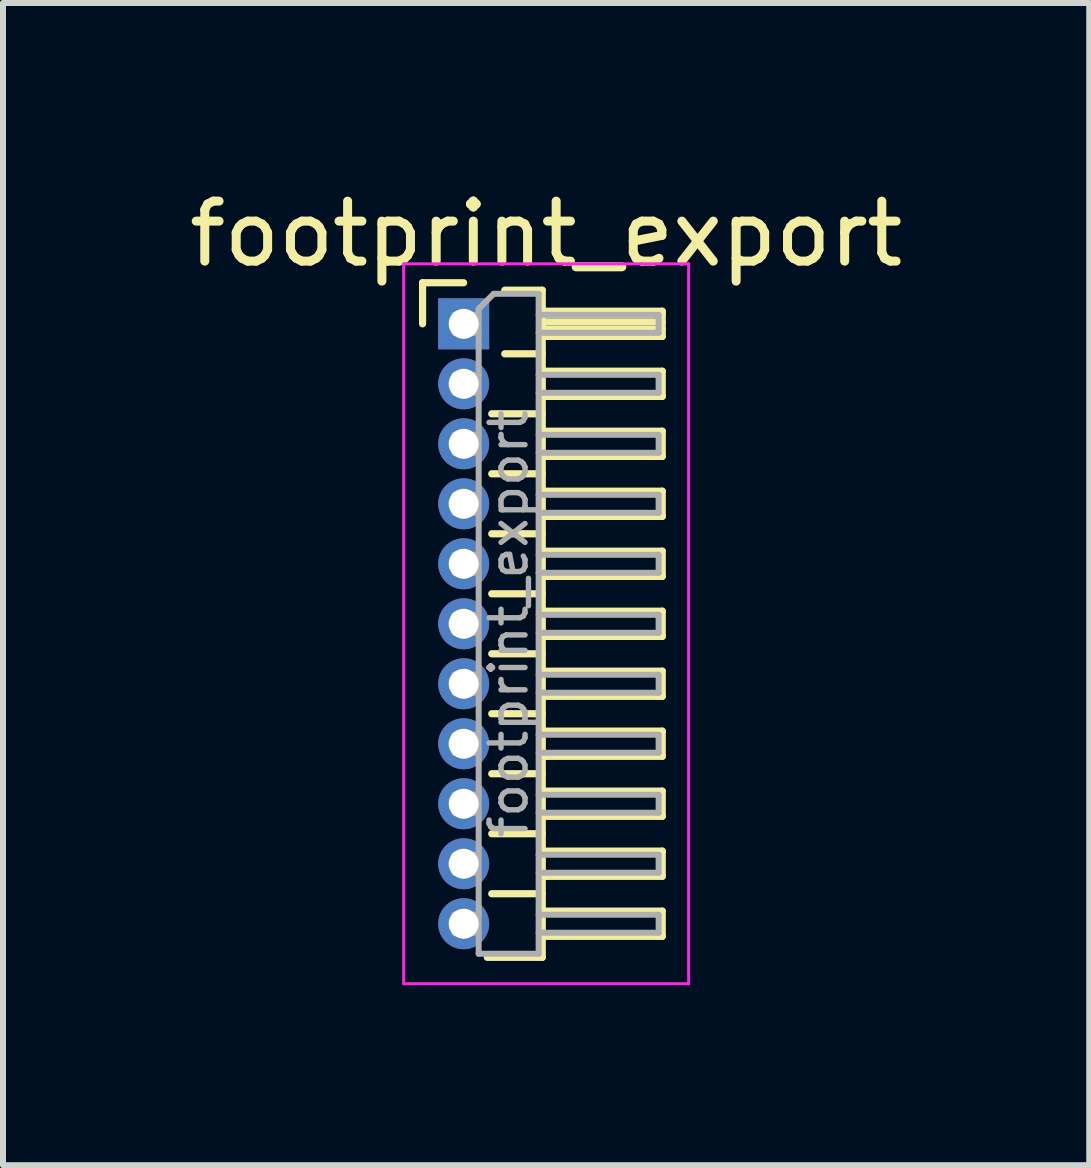
<source format=kicad_pcb>
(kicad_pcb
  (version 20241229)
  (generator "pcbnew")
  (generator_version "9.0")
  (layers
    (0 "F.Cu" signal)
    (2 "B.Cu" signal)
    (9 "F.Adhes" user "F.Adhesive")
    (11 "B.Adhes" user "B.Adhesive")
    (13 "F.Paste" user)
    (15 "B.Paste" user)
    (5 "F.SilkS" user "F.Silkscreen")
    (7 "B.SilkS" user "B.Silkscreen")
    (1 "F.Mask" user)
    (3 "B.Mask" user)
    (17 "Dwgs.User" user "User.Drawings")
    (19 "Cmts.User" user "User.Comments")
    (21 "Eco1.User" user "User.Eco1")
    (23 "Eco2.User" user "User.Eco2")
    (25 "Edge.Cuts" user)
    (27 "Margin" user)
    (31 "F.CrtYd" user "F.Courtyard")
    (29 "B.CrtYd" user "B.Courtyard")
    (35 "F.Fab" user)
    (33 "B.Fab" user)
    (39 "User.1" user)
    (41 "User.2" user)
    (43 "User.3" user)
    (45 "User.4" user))
  (footprint "footprint_export"
    (layer "F.Cu")
    (at 4.679 2.348)
    (property "Reference" "footprint_export" (at 1.375 -1.5 0) (layer "F.SilkS") (effects (font (size 1 1) (thickness 0.15))))
    (attr through_hole)
    (fp_line (start -0.685 -0.685) (end 0 -0.685) (stroke (width 0.12) (type solid)) (layer "F.SilkS"))
    (fp_line (start -0.685 0) (end -0.685 -0.685) (stroke (width 0.12) (type solid)) (layer "F.SilkS"))
    (fp_line (start 0.468 1.5) (end 1.31 1.5) (stroke (width 0.12) (type solid)) (layer "F.SilkS"))
    (fp_line (start 0.468 2.5) (end 1.31 2.5) (stroke (width 0.12) (type solid)) (layer "F.SilkS"))
    (fp_line (start 0.468 3.5) (end 1.31 3.5) (stroke (width 0.12) (type solid)) (layer "F.SilkS"))
    (fp_line (start 0.468 4.5) (end 1.31 4.5) (stroke (width 0.12) (type solid)) (layer "F.SilkS"))
    (fp_line (start 0.468 5.5) (end 1.31 5.5) (stroke (width 0.12) (type solid)) (layer "F.SilkS"))
    (fp_line (start 0.468 6.5) (end 1.31 6.5) (stroke (width 0.12) (type solid)) (layer "F.SilkS"))
    (fp_line (start 0.468 7.5) (end 1.31 7.5) (stroke (width 0.12) (type solid)) (layer "F.SilkS"))
    (fp_line (start 0.468 8.5) (end 1.31 8.5) (stroke (width 0.12) (type solid)) (layer "F.SilkS"))
    (fp_line (start 0.468 9.5) (end 1.31 9.5) (stroke (width 0.12) (type solid)) (layer "F.SilkS"))
    (fp_line (start 0.685 -0.56) (end 1.31 -0.56) (stroke (width 0.12) (type solid)) (layer "F.SilkS"))
    (fp_line (start 0.685 0.5) (end 1.31 0.5) (stroke (width 0.12) (type solid)) (layer "F.SilkS"))
    (fp_line (start 1.31 -0.56) (end 1.31 10.56) (stroke (width 0.12) (type solid)) (layer "F.SilkS"))
    (fp_line (start 1.31 -0.21) (end 3.31 -0.21) (stroke (width 0.12) (type solid)) (layer "F.SilkS"))
    (fp_line (start 1.31 -0.15) (end 3.31 -0.15) (stroke (width 0.12) (type solid)) (layer "F.SilkS"))
    (fp_line (start 1.31 -0.03) (end 3.31 -0.03) (stroke (width 0.12) (type solid)) (layer "F.SilkS"))
    (fp_line (start 1.31 0.09) (end 3.31 0.09) (stroke (width 0.12) (type solid)) (layer "F.SilkS"))
    (fp_line (start 1.31 0.79) (end 3.31 0.79) (stroke (width 0.12) (type solid)) (layer "F.SilkS"))
    (fp_line (start 1.31 1.79) (end 3.31 1.79) (stroke (width 0.12) (type solid)) (layer "F.SilkS"))
    (fp_line (start 1.31 2.79) (end 3.31 2.79) (stroke (width 0.12) (type solid)) (layer "F.SilkS"))
    (fp_line (start 1.31 3.79) (end 3.31 3.79) (stroke (width 0.12) (type solid)) (layer "F.SilkS"))
    (fp_line (start 1.31 4.79) (end 3.31 4.79) (stroke (width 0.12) (type solid)) (layer "F.SilkS"))
    (fp_line (start 1.31 5.79) (end 3.31 5.79) (stroke (width 0.12) (type solid)) (layer "F.SilkS"))
    (fp_line (start 1.31 6.79) (end 3.31 6.79) (stroke (width 0.12) (type solid)) (layer "F.SilkS"))
    (fp_line (start 1.31 7.79) (end 3.31 7.79) (stroke (width 0.12) (type solid)) (layer "F.SilkS"))
    (fp_line (start 1.31 8.79) (end 3.31 8.79) (stroke (width 0.12) (type solid)) (layer "F.SilkS"))
    (fp_line (start 1.31 9.79) (end 3.31 9.79) (stroke (width 0.12) (type solid)) (layer "F.SilkS"))
    (fp_line (start 1.31 10.56) (end 0.394 10.56) (stroke (width 0.12) (type solid)) (layer "F.SilkS"))
    (fp_line (start 3.31 -0.21) (end 3.31 0.21) (stroke (width 0.12) (type solid)) (layer "F.SilkS"))
    (fp_line (start 3.31 0.21) (end 1.31 0.21) (stroke (width 0.12) (type solid)) (layer "F.SilkS"))
    (fp_line (start 3.31 0.79) (end 3.31 1.21) (stroke (width 0.12) (type solid)) (layer "F.SilkS"))
    (fp_line (start 3.31 1.21) (end 1.31 1.21) (stroke (width 0.12) (type solid)) (layer "F.SilkS"))
    (fp_line (start 3.31 1.79) (end 3.31 2.21) (stroke (width 0.12) (type solid)) (layer "F.SilkS"))
    (fp_line (start 3.31 2.21) (end 1.31 2.21) (stroke (width 0.12) (type solid)) (layer "F.SilkS"))
    (fp_line (start 3.31 2.79) (end 3.31 3.21) (stroke (width 0.12) (type solid)) (layer "F.SilkS"))
    (fp_line (start 3.31 3.21) (end 1.31 3.21) (stroke (width 0.12) (type solid)) (layer "F.SilkS"))
    (fp_line (start 3.31 3.79) (end 3.31 4.21) (stroke (width 0.12) (type solid)) (layer "F.SilkS"))
    (fp_line (start 3.31 4.21) (end 1.31 4.21) (stroke (width 0.12) (type solid)) (layer "F.SilkS"))
    (fp_line (start 3.31 4.79) (end 3.31 5.21) (stroke (width 0.12) (type solid)) (layer "F.SilkS"))
    (fp_line (start 3.31 5.21) (end 1.31 5.21) (stroke (width 0.12) (type solid)) (layer "F.SilkS"))
    (fp_line (start 3.31 5.79) (end 3.31 6.21) (stroke (width 0.12) (type solid)) (layer "F.SilkS"))
    (fp_line (start 3.31 6.21) (end 1.31 6.21) (stroke (width 0.12) (type solid)) (layer "F.SilkS"))
    (fp_line (start 3.31 6.79) (end 3.31 7.21) (stroke (width 0.12) (type solid)) (layer "F.SilkS"))
    (fp_line (start 3.31 7.21) (end 1.31 7.21) (stroke (width 0.12) (type solid)) (layer "F.SilkS"))
    (fp_line (start 3.31 7.79) (end 3.31 8.21) (stroke (width 0.12) (type solid)) (layer "F.SilkS"))
    (fp_line (start 3.31 8.21) (end 1.31 8.21) (stroke (width 0.12) (type solid)) (layer "F.SilkS"))
    (fp_line (start 3.31 8.79) (end 3.31 9.21) (stroke (width 0.12) (type solid)) (layer "F.SilkS"))
    (fp_line (start 3.31 9.21) (end 1.31 9.21) (stroke (width 0.12) (type solid)) (layer "F.SilkS"))
    (fp_line (start 3.31 9.79) (end 3.31 10.21) (stroke (width 0.12) (type solid)) (layer "F.SilkS"))
    (fp_line (start 3.31 10.21) (end 1.31 10.21) (stroke (width 0.12) (type solid)) (layer "F.SilkS"))
    (fp_line (start -1 -1) (end -1 11) (stroke (width 0.05) (type solid)) (layer "F.CrtYd"))
    (fp_line (start -1 11) (end 3.75 11) (stroke (width 0.05) (type solid)) (layer "F.CrtYd"))
    (fp_line (start 3.75 -1) (end -1 -1) (stroke (width 0.05) (type solid)) (layer "F.CrtYd"))
    (fp_line (start 3.75 11) (end 3.75 -1) (stroke (width 0.05) (type solid)) (layer "F.CrtYd"))
    (fp_line (start -0.15 -0.15) (end -0.15 0.15) (stroke (width 0.1) (type solid)) (layer "F.Fab"))
    (fp_line (start -0.15 -0.15) (end 0.25 -0.15) (stroke (width 0.1) (type solid)) (layer "F.Fab"))
    (fp_line (start -0.15 0.15) (end 0.25 0.15) (stroke (width 0.1) (type solid)) (layer "F.Fab"))
    (fp_line (start -0.15 0.85) (end -0.15 1.15) (stroke (width 0.1) (type solid)) (layer "F.Fab"))
    (fp_line (start -0.15 0.85) (end 0.25 0.85) (stroke (width 0.1) (type solid)) (layer "F.Fab"))
    (fp_line (start -0.15 1.15) (end 0.25 1.15) (stroke (width 0.1) (type solid)) (layer "F.Fab"))
    (fp_line (start -0.15 1.85) (end -0.15 2.15) (stroke (width 0.1) (type solid)) (layer "F.Fab"))
    (fp_line (start -0.15 1.85) (end 0.25 1.85) (stroke (width 0.1) (type solid)) (layer "F.Fab"))
    (fp_line (start -0.15 2.15) (end 0.25 2.15) (stroke (width 0.1) (type solid)) (layer "F.Fab"))
    (fp_line (start -0.15 2.85) (end -0.15 3.15) (stroke (width 0.1) (type solid)) (layer "F.Fab"))
    (fp_line (start -0.15 2.85) (end 0.25 2.85) (stroke (width 0.1) (type solid)) (layer "F.Fab"))
    (fp_line (start -0.15 3.15) (end 0.25 3.15) (stroke (width 0.1) (type solid)) (layer "F.Fab"))
    (fp_line (start -0.15 3.85) (end -0.15 4.15) (stroke (width 0.1) (type solid)) (layer "F.Fab"))
    (fp_line (start -0.15 3.85) (end 0.25 3.85) (stroke (width 0.1) (type solid)) (layer "F.Fab"))
    (fp_line (start -0.15 4.15) (end 0.25 4.15) (stroke (width 0.1) (type solid)) (layer "F.Fab"))
    (fp_line (start -0.15 4.85) (end -0.15 5.15) (stroke (width 0.1) (type solid)) (layer "F.Fab"))
    (fp_line (start -0.15 4.85) (end 0.25 4.85) (stroke (width 0.1) (type solid)) (layer "F.Fab"))
    (fp_line (start -0.15 5.15) (end 0.25 5.15) (stroke (width 0.1) (type solid)) (layer "F.Fab"))
    (fp_line (start -0.15 5.85) (end -0.15 6.15) (stroke (width 0.1) (type solid)) (layer "F.Fab"))
    (fp_line (start -0.15 5.85) (end 0.25 5.85) (stroke (width 0.1) (type solid)) (layer "F.Fab"))
    (fp_line (start -0.15 6.15) (end 0.25 6.15) (stroke (width 0.1) (type solid)) (layer "F.Fab"))
    (fp_line (start -0.15 6.85) (end -0.15 7.15) (stroke (width 0.1) (type solid)) (layer "F.Fab"))
    (fp_line (start -0.15 6.85) (end 0.25 6.85) (stroke (width 0.1) (type solid)) (layer "F.Fab"))
    (fp_line (start -0.15 7.15) (end 0.25 7.15) (stroke (width 0.1) (type solid)) (layer "F.Fab"))
    (fp_line (start -0.15 7.85) (end -0.15 8.15) (stroke (width 0.1) (type solid)) (layer "F.Fab"))
    (fp_line (start -0.15 7.85) (end 0.25 7.85) (stroke (width 0.1) (type solid)) (layer "F.Fab"))
    (fp_line (start -0.15 8.15) (end 0.25 8.15) (stroke (width 0.1) (type solid)) (layer "F.Fab"))
    (fp_line (start -0.15 8.85) (end -0.15 9.15) (stroke (width 0.1) (type solid)) (layer "F.Fab"))
    (fp_line (start -0.15 8.85) (end 0.25 8.85) (stroke (width 0.1) (type solid)) (layer "F.Fab"))
    (fp_line (start -0.15 9.15) (end 0.25 9.15) (stroke (width 0.1) (type solid)) (layer "F.Fab"))
    (fp_line (start -0.15 9.85) (end -0.15 10.15) (stroke (width 0.1) (type solid)) (layer "F.Fab"))
    (fp_line (start -0.15 9.85) (end 0.25 9.85) (stroke (width 0.1) (type solid)) (layer "F.Fab"))
    (fp_line (start -0.15 10.15) (end 0.25 10.15) (stroke (width 0.1) (type solid)) (layer "F.Fab"))
    (fp_line (start 0.25 -0.25) (end 0.5 -0.5) (stroke (width 0.1) (type solid)) (layer "F.Fab"))
    (fp_line (start 0.25 10.5) (end 0.25 -0.25) (stroke (width 0.1) (type solid)) (layer "F.Fab"))
    (fp_line (start 0.5 -0.5) (end 1.25 -0.5) (stroke (width 0.1) (type solid)) (layer "F.Fab"))
    (fp_line (start 1.25 -0.5) (end 1.25 10.5) (stroke (width 0.1) (type solid)) (layer "F.Fab"))
    (fp_line (start 1.25 -0.15) (end 3.25 -0.15) (stroke (width 0.1) (type solid)) (layer "F.Fab"))
    (fp_line (start 1.25 0.15) (end 3.25 0.15) (stroke (width 0.1) (type solid)) (layer "F.Fab"))
    (fp_line (start 1.25 0.85) (end 3.25 0.85) (stroke (width 0.1) (type solid)) (layer "F.Fab"))
    (fp_line (start 1.25 1.15) (end 3.25 1.15) (stroke (width 0.1) (type solid)) (layer "F.Fab"))
    (fp_line (start 1.25 1.85) (end 3.25 1.85) (stroke (width 0.1) (type solid)) (layer "F.Fab"))
    (fp_line (start 1.25 2.15) (end 3.25 2.15) (stroke (width 0.1) (type solid)) (layer "F.Fab"))
    (fp_line (start 1.25 2.85) (end 3.25 2.85) (stroke (width 0.1) (type solid)) (layer "F.Fab"))
    (fp_line (start 1.25 3.15) (end 3.25 3.15) (stroke (width 0.1) (type solid)) (layer "F.Fab"))
    (fp_line (start 1.25 3.85) (end 3.25 3.85) (stroke (width 0.1) (type solid)) (layer "F.Fab"))
    (fp_line (start 1.25 4.15) (end 3.25 4.15) (stroke (width 0.1) (type solid)) (layer "F.Fab"))
    (fp_line (start 1.25 4.85) (end 3.25 4.85) (stroke (width 0.1) (type solid)) (layer "F.Fab"))
    (fp_line (start 1.25 5.15) (end 3.25 5.15) (stroke (width 0.1) (type solid)) (layer "F.Fab"))
    (fp_line (start 1.25 5.85) (end 3.25 5.85) (stroke (width 0.1) (type solid)) (layer "F.Fab"))
    (fp_line (start 1.25 6.15) (end 3.25 6.15) (stroke (width 0.1) (type solid)) (layer "F.Fab"))
    (fp_line (start 1.25 6.85) (end 3.25 6.85) (stroke (width 0.1) (type solid)) (layer "F.Fab"))
    (fp_line (start 1.25 7.15) (end 3.25 7.15) (stroke (width 0.1) (type solid)) (layer "F.Fab"))
    (fp_line (start 1.25 7.85) (end 3.25 7.85) (stroke (width 0.1) (type solid)) (layer "F.Fab"))
    (fp_line (start 1.25 8.15) (end 3.25 8.15) (stroke (width 0.1) (type solid)) (layer "F.Fab"))
    (fp_line (start 1.25 8.85) (end 3.25 8.85) (stroke (width 0.1) (type solid)) (layer "F.Fab"))
    (fp_line (start 1.25 9.15) (end 3.25 9.15) (stroke (width 0.1) (type solid)) (layer "F.Fab"))
    (fp_line (start 1.25 9.85) (end 3.25 9.85) (stroke (width 0.1) (type solid)) (layer "F.Fab"))
    (fp_line (start 1.25 10.15) (end 3.25 10.15) (stroke (width 0.1) (type solid)) (layer "F.Fab"))
    (fp_line (start 1.25 10.5) (end 0.25 10.5) (stroke (width 0.1) (type solid)) (layer "F.Fab"))
    (fp_line (start 3.25 -0.15) (end 3.25 0.15) (stroke (width 0.1) (type solid)) (layer "F.Fab"))
    (fp_line (start 3.25 0.85) (end 3.25 1.15) (stroke (width 0.1) (type solid)) (layer "F.Fab"))
    (fp_line (start 3.25 1.85) (end 3.25 2.15) (stroke (width 0.1) (type solid)) (layer "F.Fab"))
    (fp_line (start 3.25 2.85) (end 3.25 3.15) (stroke (width 0.1) (type solid)) (layer "F.Fab"))
    (fp_line (start 3.25 3.85) (end 3.25 4.15) (stroke (width 0.1) (type solid)) (layer "F.Fab"))
    (fp_line (start 3.25 4.85) (end 3.25 5.15) (stroke (width 0.1) (type solid)) (layer "F.Fab"))
    (fp_line (start 3.25 5.85) (end 3.25 6.15) (stroke (width 0.1) (type solid)) (layer "F.Fab"))
    (fp_line (start 3.25 6.85) (end 3.25 7.15) (stroke (width 0.1) (type solid)) (layer "F.Fab"))
    (fp_line (start 3.25 7.85) (end 3.25 8.15) (stroke (width 0.1) (type solid)) (layer "F.Fab"))
    (fp_line (start 3.25 8.85) (end 3.25 9.15) (stroke (width 0.1) (type solid)) (layer "F.Fab"))
    (fp_line (start 3.25 9.85) (end 3.25 10.15) (stroke (width 0.1) (type solid)) (layer "F.Fab"))
    (fp_text user "${REFERENCE}" (at 0.75 5 90) (layer "F.Fab") (effects (font (size 0.6 0.6) (thickness 0.09))))
    (pad "1" thru_hole rect (at 0 0) (size 0.85 0.85) (drill 0.5) (layers "*.Cu" "*.Mask"))
    (pad "2" thru_hole oval (at 0 1) (size 0.85 0.85) (drill 0.5) (layers "*.Cu" "*.Mask"))
    (pad "3" thru_hole oval (at 0 2) (size 0.85 0.85) (drill 0.5) (layers "*.Cu" "*.Mask"))
    (pad "4" thru_hole oval (at 0 3) (size 0.85 0.85) (drill 0.5) (layers "*.Cu" "*.Mask"))
    (pad "5" thru_hole oval (at 0 4) (size 0.85 0.85) (drill 0.5) (layers "*.Cu" "*.Mask"))
    (pad "6" thru_hole oval (at 0 5) (size 0.85 0.85) (drill 0.5) (layers "*.Cu" "*.Mask"))
    (pad "7" thru_hole oval (at 0 6) (size 0.85 0.85) (drill 0.5) (layers "*.Cu" "*.Mask"))
    (pad "8" thru_hole oval (at 0 7) (size 0.85 0.85) (drill 0.5) (layers "*.Cu" "*.Mask"))
    (pad "9" thru_hole oval (at 0 8) (size 0.85 0.85) (drill 0.5) (layers "*.Cu" "*.Mask"))
    (pad "10" thru_hole oval (at 0 9) (size 0.85 0.85) (drill 0.5) (layers "*.Cu" "*.Mask"))
    (pad "11" thru_hole oval (at 0 10) (size 0.85 0.85) (drill 0.5) (layers "*.Cu" "*.Mask")))
  (gr_rect
    (start -3 -3)
    (end 15.107 16.373)
    (stroke (width 0.1) (type default))
    (fill no)
    (layer "Edge.Cuts")))
</source>
